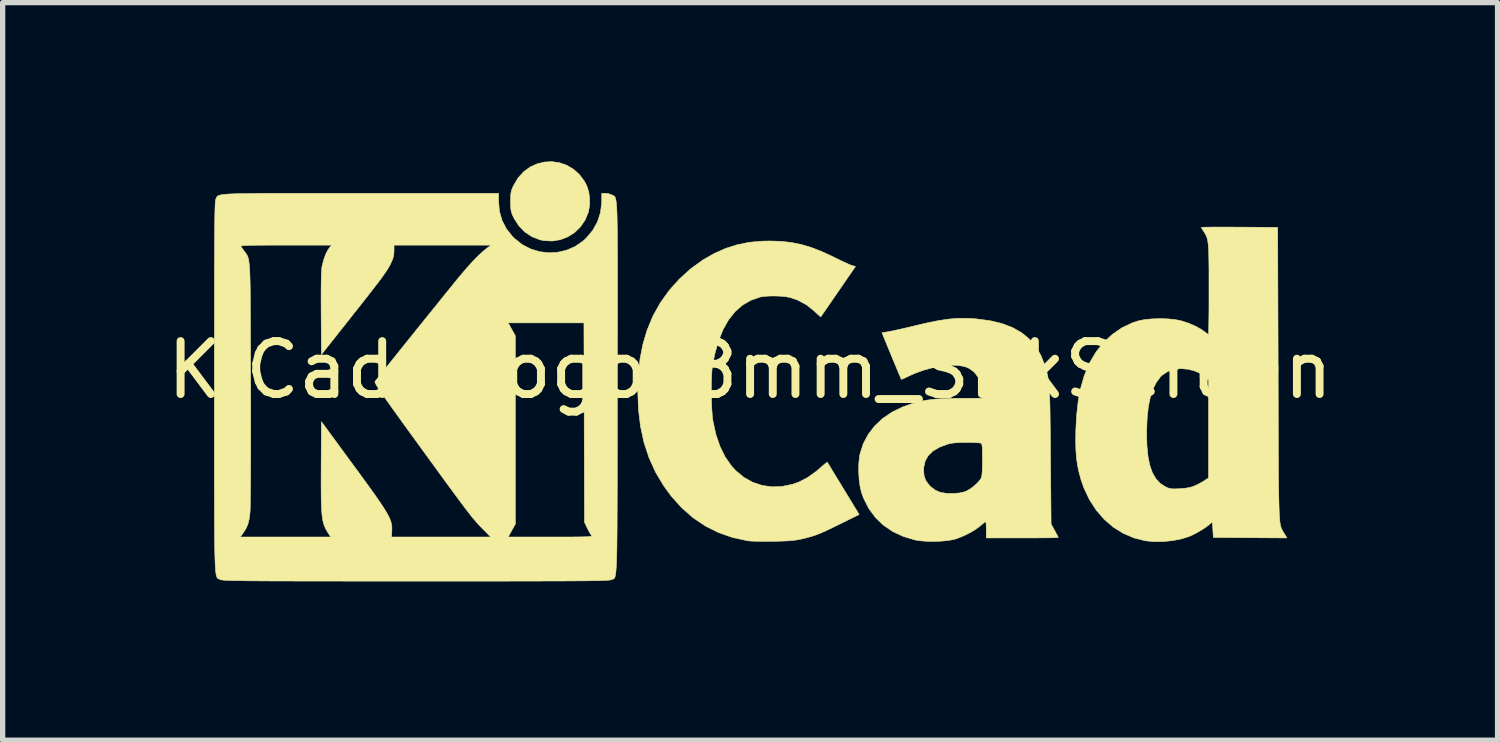
<source format=kicad_pcb>
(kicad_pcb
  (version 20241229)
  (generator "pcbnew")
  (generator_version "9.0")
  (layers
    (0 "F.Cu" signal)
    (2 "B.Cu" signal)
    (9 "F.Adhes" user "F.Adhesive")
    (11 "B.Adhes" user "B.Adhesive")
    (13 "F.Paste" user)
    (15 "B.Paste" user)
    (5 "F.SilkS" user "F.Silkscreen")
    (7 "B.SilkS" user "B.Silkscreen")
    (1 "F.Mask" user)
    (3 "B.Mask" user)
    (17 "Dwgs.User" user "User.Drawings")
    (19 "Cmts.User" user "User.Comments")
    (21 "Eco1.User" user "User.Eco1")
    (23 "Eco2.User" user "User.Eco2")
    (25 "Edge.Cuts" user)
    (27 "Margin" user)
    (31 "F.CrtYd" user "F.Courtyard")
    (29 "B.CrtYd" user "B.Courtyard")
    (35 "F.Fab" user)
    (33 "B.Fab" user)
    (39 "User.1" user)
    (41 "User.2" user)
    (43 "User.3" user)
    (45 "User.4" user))
  (footprint "KiCad-Logo_8mm_SilkScreen"
    (layer "F.Cu")
    (at 11.125 3.941)
    (property "Reference" "KiCad-Logo_8mm_SilkScreen" (at 0 0 0) (layer "F.SilkS") (effects (font (size 1 1) (thickness 0.15))))
    (attr exclude_from_pos_files exclude_from_bom)
    (fp_poly (pts (xy -3.602 -3.916) (xy -3.466 -3.869) (xy -3.339 -3.794) (xy -3.226 -3.693) (xy -3.13 -3.564) (xy -3.087 -3.483) (xy -3.05 -3.37) (xy -3.032 -3.239) (xy -3.034 -3.105) (xy -3.056 -2.983) (xy -3.117 -2.834) (xy -3.205 -2.705) (xy -3.315 -2.598) (xy -3.444 -2.516) (xy -3.587 -2.461) (xy -3.739 -2.436) (xy -3.896 -2.444) (xy -3.973 -2.46) (xy -4.124 -2.519) (xy -4.258 -2.608) (xy -4.372 -2.726) (xy -4.463 -2.869) (xy -4.47 -2.885) (xy -4.497 -2.943) (xy -4.513 -2.993) (xy -4.522 -3.045) (xy -4.526 -3.111) (xy -4.527 -3.184) (xy -4.526 -3.271) (xy -4.521 -3.334) (xy -4.511 -3.385) (xy -4.492 -3.436) (xy -4.469 -3.487) (xy -4.384 -3.63) (xy -4.279 -3.745) (xy -4.158 -3.834) (xy -4.026 -3.895) (xy -3.886 -3.929) (xy -3.744 -3.936) (xy -3.602 -3.916)) (stroke (width 0.01) (type solid)) (fill yes) (layer "F.SilkS"))
    (fp_poly (pts (xy 0.581 -2.431) (xy 0.777 -2.409) (xy 0.967 -2.371) (xy 1.158 -2.314) (xy 1.358 -2.236) (xy 1.576 -2.135) (xy 1.615 -2.115) (xy 1.705 -2.071) (xy 1.79 -2.031) (xy 1.861 -1.999) (xy 1.91 -1.979) (xy 1.918 -1.977) (xy 1.991 -1.955) (xy 1.665 -1.481) (xy 1.585 -1.365) (xy 1.512 -1.259) (xy 1.449 -1.167) (xy 1.397 -1.092) (xy 1.359 -1.038) (xy 1.339 -1.008) (xy 1.335 -1.003) (xy 1.322 -1.013) (xy 1.288 -1.043) (xy 1.24 -1.087) (xy 1.214 -1.112) (xy 1.065 -1.231) (xy 0.897 -1.321) (xy 0.753 -1.37) (xy 0.666 -1.386) (xy 0.558 -1.395) (xy 0.44 -1.398) (xy 0.326 -1.395) (xy 0.229 -1.385) (xy 0.19 -1.378) (xy 0.015 -1.317) (xy -0.143 -1.225) (xy -0.284 -1.102) (xy -0.407 -0.947) (xy -0.512 -0.76) (xy -0.599 -0.543) (xy -0.669 -0.294) (xy -0.71 -0.082) (xy -0.721 0.012) (xy -0.728 0.134) (xy -0.732 0.273) (xy -0.733 0.423) (xy -0.73 0.575) (xy -0.725 0.718) (xy -0.716 0.846) (xy -0.704 0.949) (xy -0.702 0.964) (xy -0.646 1.22) (xy -0.569 1.445) (xy -0.472 1.643) (xy -0.353 1.813) (xy -0.269 1.905) (xy -0.117 2.03) (xy 0.049 2.123) (xy 0.227 2.182) (xy 0.414 2.209) (xy 0.607 2.201) (xy 0.803 2.16) (xy 0.92 2.119) (xy 1.08 2.037) (xy 1.246 1.92) (xy 1.339 1.84) (xy 1.391 1.794) (xy 1.432 1.761) (xy 1.455 1.745) (xy 1.458 1.744) (xy 1.469 1.761) (xy 1.496 1.804) (xy 1.537 1.872) (xy 1.59 1.959) (xy 1.653 2.062) (xy 1.723 2.177) (xy 1.762 2.241) (xy 2.061 2.732) (xy 1.688 2.916) (xy 1.553 2.982) (xy 1.444 3.034) (xy 1.354 3.075) (xy 1.276 3.107) (xy 1.203 3.133) (xy 1.13 3.155) (xy 1.049 3.176) (xy 0.971 3.195) (xy 0.901 3.209) (xy 0.829 3.22) (xy 0.746 3.228) (xy 0.645 3.233) (xy 0.52 3.237) (xy 0.435 3.239) (xy 0.315 3.24) (xy 0.199 3.239) (xy 0.096 3.237) (xy 0.013 3.234) (xy -0.042 3.229) (xy -0.045 3.228) (xy -0.33 3.167) (xy -0.598 3.073) (xy -0.848 2.948) (xy -1.08 2.791) (xy -1.295 2.602) (xy -1.492 2.382) (xy -1.635 2.186) (xy -1.787 1.93) (xy -1.91 1.659) (xy -2.005 1.372) (xy -2.071 1.066) (xy -2.11 0.74) (xy -2.122 0.408) (xy -2.112 0.087) (xy -2.08 -0.209) (xy -2.026 -0.486) (xy -1.948 -0.747) (xy -1.845 -0.999) (xy -1.833 -1.025) (xy -1.697 -1.268) (xy -1.531 -1.5) (xy -1.338 -1.716) (xy -1.125 -1.91) (xy -0.894 -2.077) (xy -0.679 -2.2) (xy -0.462 -2.297) (xy -0.244 -2.366) (xy -0.018 -2.412) (xy 0.226 -2.434) (xy 0.372 -2.437) (xy 0.581 -2.431)) (stroke (width 0.01) (type solid)) (fill yes) (layer "F.SilkS"))
    (fp_poly (pts (xy 9.042 -2.7) (xy 9.196 -2.699) (xy 9.248 -2.699) (xy 9.97 -2.694) (xy 9.979 0.073) (xy 9.98 0.448) (xy 9.981 0.788) (xy 9.982 1.096) (xy 9.983 1.373) (xy 9.984 1.621) (xy 9.985 1.841) (xy 9.986 2.036) (xy 9.988 2.206) (xy 9.99 2.354) (xy 9.993 2.482) (xy 9.996 2.592) (xy 9.999 2.684) (xy 10.003 2.761) (xy 10.008 2.825) (xy 10.013 2.877) (xy 10.02 2.92) (xy 10.027 2.954) (xy 10.035 2.982) (xy 10.044 3.005) (xy 10.055 3.026) (xy 10.066 3.045) (xy 10.079 3.066) (xy 10.093 3.089) (xy 10.096 3.093) (xy 10.144 3.175) (xy 8.754 3.166) (xy 8.745 3.013) (xy 8.74 2.94) (xy 8.735 2.898) (xy 8.728 2.881) (xy 8.717 2.884) (xy 8.709 2.894) (xy 8.67 2.929) (xy 8.608 2.975) (xy 8.531 3.025) (xy 8.447 3.074) (xy 8.365 3.117) (xy 8.302 3.145) (xy 8.155 3.192) (xy 7.986 3.225) (xy 7.808 3.243) (xy 7.633 3.245) (xy 7.474 3.229) (xy 7.472 3.229) (xy 7.254 3.174) (xy 7.05 3.087) (xy 6.863 2.97) (xy 6.693 2.824) (xy 6.542 2.651) (xy 6.414 2.453) (xy 6.309 2.232) (xy 6.252 2.068) (xy 6.215 1.931) (xy 6.187 1.799) (xy 6.168 1.663) (xy 6.157 1.514) (xy 6.153 1.347) (xy 6.155 1.209) (xy 7.493 1.209) (xy 7.5 1.439) (xy 7.52 1.637) (xy 7.554 1.805) (xy 7.603 1.943) (xy 7.668 2.055) (xy 7.748 2.142) (xy 7.842 2.204) (xy 7.89 2.227) (xy 7.932 2.24) (xy 7.979 2.247) (xy 8.042 2.247) (xy 8.11 2.245) (xy 8.243 2.233) (xy 8.349 2.21) (xy 8.382 2.198) (xy 8.458 2.164) (xy 8.538 2.121) (xy 8.572 2.1) (xy 8.663 2.041) (xy 8.663 0.155) (xy 8.563 0.095) (xy 8.424 0.027) (xy 8.282 -0.013) (xy 8.142 -0.025) (xy 8.009 -0.011) (xy 7.889 0.031) (xy 7.787 0.099) (xy 7.754 0.131) (xy 7.675 0.239) (xy 7.61 0.368) (xy 7.561 0.523) (xy 7.525 0.704) (xy 7.503 0.915) (xy 7.494 1.157) (xy 7.493 1.209) (xy 6.155 1.209) (xy 6.155 1.152) (xy 6.171 0.854) (xy 6.201 0.584) (xy 6.248 0.34) (xy 6.312 0.118) (xy 6.394 -0.087) (xy 6.424 -0.148) (xy 6.542 -0.347) (xy 6.684 -0.523) (xy 6.848 -0.674) (xy 7.029 -0.798) (xy 7.225 -0.891) (xy 7.343 -0.929) (xy 7.458 -0.952) (xy 7.597 -0.965) (xy 7.748 -0.97) (xy 7.898 -0.965) (xy 8.038 -0.951) (xy 8.15 -0.928) (xy 8.283 -0.885) (xy 8.412 -0.829) (xy 8.525 -0.767) (xy 8.585 -0.725) (xy 8.627 -0.693) (xy 8.656 -0.674) (xy 8.662 -0.671) (xy 8.664 -0.689) (xy 8.666 -0.739) (xy 8.668 -0.819) (xy 8.669 -0.924) (xy 8.671 -1.051) (xy 8.672 -1.197) (xy 8.672 -1.357) (xy 8.672 -1.521) (xy 8.672 -1.731) (xy 8.672 -1.908) (xy 8.67 -2.055) (xy 8.668 -2.176) (xy 8.665 -2.274) (xy 8.659 -2.353) (xy 8.652 -2.416) (xy 8.643 -2.467) (xy 8.631 -2.508) (xy 8.616 -2.543) (xy 8.598 -2.576) (xy 8.577 -2.61) (xy 8.574 -2.614) (xy 8.546 -2.658) (xy 8.529 -2.688) (xy 8.527 -2.694) (xy 8.545 -2.696) (xy 8.595 -2.698) (xy 8.673 -2.699) (xy 8.776 -2.7) (xy 8.9 -2.7) (xy 9.042 -2.7)) (stroke (width 0.01) (type solid)) (fill yes) (layer "F.SilkS"))
    (fp_poly (pts (xy 4.186 -0.972) (xy 4.276 -0.965) (xy 4.533 -0.931) (xy 4.76 -0.877) (xy 4.96 -0.801) (xy 5.132 -0.703) (xy 5.278 -0.583) (xy 5.4 -0.44) (xy 5.497 -0.272) (xy 5.568 -0.091) (xy 5.586 -0.033) (xy 5.602 0.021) (xy 5.615 0.075) (xy 5.627 0.13) (xy 5.637 0.191) (xy 5.645 0.26) (xy 5.652 0.339) (xy 5.657 0.433) (xy 5.662 0.543) (xy 5.666 0.672) (xy 5.669 0.825) (xy 5.671 1.003) (xy 5.674 1.209) (xy 5.676 1.447) (xy 5.677 1.633) (xy 5.688 2.912) (xy 5.756 3.035) (xy 5.788 3.094) (xy 5.812 3.14) (xy 5.823 3.165) (xy 5.824 3.167) (xy 5.806 3.168) (xy 5.757 3.17) (xy 5.678 3.172) (xy 5.576 3.173) (xy 5.453 3.174) (xy 5.314 3.175) (xy 5.162 3.175) (xy 5.144 3.175) (xy 4.463 3.175) (xy 4.463 3.021) (xy 4.462 2.951) (xy 4.459 2.898) (xy 4.454 2.869) (xy 4.452 2.867) (xy 4.434 2.878) (xy 4.397 2.907) (xy 4.349 2.948) (xy 4.348 2.949) (xy 4.26 3.014) (xy 4.149 3.08) (xy 4.028 3.139) (xy 3.908 3.186) (xy 3.855 3.202) (xy 3.751 3.222) (xy 3.622 3.235) (xy 3.481 3.241) (xy 3.34 3.239) (xy 3.211 3.228) (xy 3.121 3.214) (xy 2.899 3.148) (xy 2.699 3.056) (xy 2.522 2.936) (xy 2.371 2.791) (xy 2.245 2.622) (xy 2.147 2.43) (xy 2.104 2.313) (xy 2.078 2.2) (xy 2.06 2.064) (xy 2.052 1.917) (xy 2.052 1.896) (xy 3.279 1.896) (xy 3.289 2.005) (xy 3.323 2.095) (xy 3.386 2.179) (xy 3.41 2.204) (xy 3.496 2.27) (xy 3.594 2.313) (xy 3.713 2.333) (xy 3.837 2.335) (xy 3.956 2.325) (xy 4.046 2.305) (xy 4.086 2.29) (xy 4.156 2.25) (xy 4.232 2.194) (xy 4.3 2.131) (xy 4.351 2.07) (xy 4.365 2.047) (xy 4.375 2.016) (xy 4.383 1.967) (xy 4.388 1.894) (xy 4.39 1.793) (xy 4.391 1.697) (xy 4.39 1.585) (xy 4.389 1.504) (xy 4.386 1.449) (xy 4.381 1.414) (xy 4.373 1.394) (xy 4.362 1.384) (xy 4.359 1.383) (xy 4.33 1.378) (xy 4.272 1.374) (xy 4.193 1.371) (xy 4.102 1.37) (xy 4.082 1.37) (xy 3.96 1.372) (xy 3.866 1.378) (xy 3.791 1.388) (xy 3.729 1.404) (xy 3.575 1.462) (xy 3.455 1.533) (xy 3.367 1.619) (xy 3.309 1.721) (xy 3.282 1.839) (xy 3.279 1.896) (xy 2.052 1.896) (xy 2.054 1.774) (xy 2.066 1.645) (xy 2.076 1.592) (xy 2.137 1.399) (xy 2.23 1.221) (xy 2.353 1.06) (xy 2.504 0.918) (xy 2.682 0.797) (xy 2.885 0.698) (xy 3.057 0.638) (xy 3.172 0.606) (xy 3.282 0.581) (xy 3.395 0.563) (xy 3.516 0.55) (xy 3.654 0.542) (xy 3.816 0.538) (xy 3.962 0.536) (xy 4.395 0.535) (xy 4.386 0.405) (xy 4.363 0.264) (xy 4.313 0.143) (xy 4.238 0.044) (xy 4.141 -0.029) (xy 4.056 -0.064) (xy 3.934 -0.086) (xy 3.789 -0.09) (xy 3.627 -0.075) (xy 3.455 -0.043) (xy 3.281 0.004) (xy 3.111 0.065) (xy 2.987 0.121) (xy 2.928 0.15) (xy 2.882 0.17) (xy 2.859 0.178) (xy 2.858 0.178) (xy 2.85 0.16) (xy 2.83 0.114) (xy 2.8 0.042) (xy 2.762 -0.049) (xy 2.717 -0.156) (xy 2.672 -0.265) (xy 2.492 -0.703) (xy 2.62 -0.724) (xy 2.676 -0.735) (xy 2.76 -0.753) (xy 2.864 -0.776) (xy 2.982 -0.803) (xy 3.107 -0.833) (xy 3.157 -0.845) (xy 3.372 -0.895) (xy 3.56 -0.932) (xy 3.728 -0.958) (xy 3.884 -0.973) (xy 4.034 -0.977) (xy 4.186 -0.972)) (stroke (width 0.01) (type solid)) (fill yes) (layer "F.SilkS"))
    (fp_poly (pts (xy -7.87 -3.338) (xy -7.521 -3.338) (xy -7.358 -3.338) (xy -4.753 -3.338) (xy -4.753 -3.185) (xy -4.737 -2.998) (xy -4.688 -2.826) (xy -4.605 -2.667) (xy -4.488 -2.52) (xy -4.448 -2.481) (xy -4.306 -2.369) (xy -4.149 -2.287) (xy -3.982 -2.236) (xy -3.81 -2.214) (xy -3.637 -2.224) (xy -3.468 -2.263) (xy -3.308 -2.332) (xy -3.162 -2.432) (xy -3.096 -2.492) (xy -2.973 -2.639) (xy -2.883 -2.801) (xy -2.827 -2.976) (xy -2.805 -3.161) (xy -2.804 -3.18) (xy -2.803 -3.338) (xy -2.733 -3.338) (xy -2.671 -3.33) (xy -2.615 -3.309) (xy -2.611 -3.307) (xy -2.598 -3.301) (xy -2.587 -3.296) (xy -2.576 -3.29) (xy -2.566 -3.284) (xy -2.557 -3.274) (xy -2.549 -3.26) (xy -2.542 -3.239) (xy -2.536 -3.211) (xy -2.53 -3.174) (xy -2.525 -3.127) (xy -2.521 -3.067) (xy -2.517 -2.994) (xy -2.514 -2.906) (xy -2.512 -2.801) (xy -2.51 -2.678) (xy -2.508 -2.535) (xy -2.507 -2.372) (xy -2.506 -2.186) (xy -2.506 -1.976) (xy -2.506 -1.74) (xy -2.506 -1.477) (xy -2.506 -1.185) (xy -2.506 -0.864) (xy -2.507 -0.511) (xy -2.507 -0.124) (xy -2.508 0.297) (xy -2.508 0.348) (xy -2.509 0.771) (xy -2.509 1.16) (xy -2.509 1.516) (xy -2.51 1.839) (xy -2.51 2.133) (xy -2.511 2.398) (xy -2.512 2.635) (xy -2.513 2.847) (xy -2.514 3.034) (xy -2.516 3.199) (xy -2.517 3.342) (xy -2.52 3.466) (xy -2.523 3.571) (xy -2.526 3.66) (xy -2.53 3.733) (xy -2.534 3.793) (xy -2.539 3.84) (xy -2.545 3.877) (xy -2.551 3.904) (xy -2.558 3.924) (xy -2.566 3.937) (xy -2.575 3.946) (xy -2.585 3.951) (xy -2.596 3.955) (xy -2.608 3.958) (xy -2.621 3.963) (xy -2.624 3.964) (xy -2.634 3.967) (xy -2.651 3.97) (xy -2.676 3.973) (xy -2.71 3.976) (xy -2.756 3.978) (xy -2.814 3.98) (xy -2.886 3.982) (xy -2.973 3.983) (xy -3.078 3.985) (xy -3.201 3.986) (xy -3.343 3.987) (xy -3.507 3.988) (xy -3.694 3.989) (xy -3.905 3.989) (xy -4.141 3.99) (xy -4.405 3.99) (xy -4.697 3.991) (xy -5.019 3.991) (xy -5.373 3.991) (xy -5.759 3.991) (xy -6.18 3.991) (xy -6.316 3.991) (xy -6.747 3.991) (xy -7.142 3.991) (xy -7.504 3.991) (xy -7.835 3.99) (xy -8.134 3.99) (xy -8.405 3.99) (xy -8.649 3.989) (xy -8.866 3.989) (xy -9.059 3.988) (xy -9.229 3.987) (xy -9.378 3.986) (xy -9.506 3.985) (xy -9.616 3.983) (xy -9.709 3.982) (xy -9.786 3.98) (xy -9.848 3.978) (xy -9.899 3.976) (xy -9.937 3.974) (xy -9.967 3.971) (xy -9.987 3.968) (xy -10.001 3.965) (xy -10.009 3.962) (xy -10.023 3.956) (xy -10.035 3.952) (xy -10.046 3.948) (xy -10.057 3.942) (xy -10.066 3.934) (xy -10.075 3.92) (xy -10.082 3.901) (xy -10.089 3.874) (xy -10.095 3.839) (xy -10.101 3.793) (xy -10.105 3.734) (xy -10.109 3.663) (xy -10.112 3.576) (xy -10.115 3.473) (xy -10.118 3.352) (xy -10.119 3.211) (xy -10.12 3.157) (xy -9.636 3.157) (xy -7.924 3.157) (xy -7.957 3.107) (xy -7.99 3.056) (xy -8.018 3.007) (xy -8.041 2.957) (xy -8.06 2.903) (xy -8.075 2.841) (xy -8.086 2.768) (xy -8.095 2.68) (xy -8.101 2.574) (xy -8.105 2.447) (xy -8.106 2.294) (xy -8.107 2.114) (xy -8.106 1.902) (xy -8.106 1.823) (xy -8.101 0.978) (xy -7.566 1.707) (xy -7.414 1.913) (xy -7.283 2.093) (xy -7.17 2.249) (xy -7.075 2.383) (xy -6.996 2.497) (xy -6.931 2.594) (xy -6.88 2.676) (xy -6.84 2.746) (xy -6.811 2.806) (xy -6.791 2.858) (xy -6.778 2.905) (xy -6.771 2.949) (xy -6.769 2.992) (xy -6.77 3.038) (xy -6.77 3.043) (xy -6.776 3.157) (xy -4.901 3.157) (xy -5.04 3.016) (xy -5.078 2.978) (xy -5.114 2.94) (xy -5.15 2.902) (xy -5.186 2.86) (xy -5.226 2.814) (xy -5.27 2.76) (xy -5.32 2.696) (xy -5.377 2.622) (xy -5.443 2.534) (xy -5.521 2.43) (xy -5.61 2.309) (xy -5.713 2.169) (xy -5.832 2.006) (xy -5.967 1.82) (xy -6.121 1.609) (xy -6.247 1.435) (xy -6.406 1.217) (xy -6.544 1.026) (xy -6.663 0.86) (xy -6.765 0.719) (xy -6.85 0.599) (xy -6.92 0.5) (xy -6.976 0.419) (xy -7.019 0.355) (xy -7.051 0.305) (xy -7.072 0.269) (xy -7.085 0.243) (xy -7.09 0.227) (xy -7.088 0.218) (xy -7.071 0.196) (xy -7.032 0.148) (xy -6.976 0.077) (xy -6.904 -0.013) (xy -6.818 -0.12) (xy -6.721 -0.241) (xy -6.615 -0.373) (xy -6.502 -0.514) (xy -6.385 -0.659) (xy -6.266 -0.808) (xy -6.2 -0.889) (xy -4.571 -0.889) (xy -4.504 -0.767) (xy -4.436 -0.644) (xy -4.436 2.912) (xy -4.504 3.034) (xy -4.571 3.157) (xy -3.771 3.157) (xy -3.579 3.157) (xy -3.422 3.157) (xy -3.294 3.156) (xy -3.193 3.155) (xy -3.117 3.153) (xy -3.062 3.151) (xy -3.025 3.148) (xy -3.004 3.144) (xy -2.994 3.139) (xy -2.993 3.132) (xy -2.999 3.125) (xy -2.999 3.125) (xy -3.022 3.092) (xy -3.052 3.038) (xy -3.079 2.984) (xy -3.13 2.876) (xy -3.135 0.993) (xy -3.14 -0.889) (xy -4.571 -0.889) (xy -6.2 -0.889) (xy -6.147 -0.955) (xy -6.03 -1.1) (xy -5.918 -1.238) (xy -5.814 -1.368) (xy -5.719 -1.486) (xy -5.635 -1.589) (xy -5.566 -1.675) (xy -5.512 -1.74) (xy -5.481 -1.778) (xy -5.36 -1.92) (xy -5.244 -2.049) (xy -5.136 -2.159) (xy -5.04 -2.247) (xy -4.973 -2.301) (xy -4.893 -2.359) (xy -6.729 -2.359) (xy -6.729 -2.251) (xy -6.734 -2.172) (xy -6.753 -2.098) (xy -6.783 -2.029) (xy -6.802 -1.989) (xy -6.823 -1.95) (xy -6.847 -1.909) (xy -6.877 -1.863) (xy -6.914 -1.81) (xy -6.959 -1.746) (xy -7.016 -1.67) (xy -7.086 -1.579) (xy -7.17 -1.47) (xy -7.271 -1.341) (xy -7.391 -1.189) (xy -7.532 -1.011) (xy -7.547 -0.991) (xy -8.101 -0.291) (xy -8.106 -1.066) (xy -8.107 -1.299) (xy -8.107 -1.495) (xy -8.105 -1.657) (xy -8.103 -1.784) (xy -8.098 -1.878) (xy -8.093 -1.938) (xy -8.091 -1.95) (xy -8.061 -2.071) (xy -8.023 -2.18) (xy -7.979 -2.267) (xy -7.953 -2.304) (xy -7.907 -2.359) (xy -8.772 -2.359) (xy -8.978 -2.358) (xy -9.15 -2.358) (xy -9.291 -2.357) (xy -9.404 -2.355) (xy -9.49 -2.353) (xy -9.553 -2.35) (xy -9.594 -2.347) (xy -9.616 -2.342) (xy -9.623 -2.337) (xy -9.622 -2.336) (xy -9.604 -2.308) (xy -9.573 -2.264) (xy -9.558 -2.242) (xy -9.541 -2.22) (xy -9.526 -2.2) (xy -9.513 -2.181) (xy -9.502 -2.16) (xy -9.491 -2.135) (xy -9.482 -2.106) (xy -9.475 -2.068) (xy -9.468 -2.022) (xy -9.462 -1.964) (xy -9.457 -1.893) (xy -9.453 -1.806) (xy -9.45 -1.703) (xy -9.447 -1.58) (xy -9.445 -1.436) (xy -9.444 -1.27) (xy -9.443 -1.078) (xy -9.442 -0.86) (xy -9.441 -0.613) (xy -9.44 -0.335) (xy -9.439 -0.024) (xy -9.439 0.261) (xy -9.438 0.579) (xy -9.438 0.883) (xy -9.437 1.17) (xy -9.438 1.439) (xy -9.438 1.687) (xy -9.439 1.913) (xy -9.44 2.114) (xy -9.442 2.289) (xy -9.443 2.436) (xy -9.445 2.553) (xy -9.447 2.638) (xy -9.45 2.689) (xy -9.45 2.694) (xy -9.466 2.818) (xy -9.491 2.917) (xy -9.529 3.003) (xy -9.585 3.089) (xy -9.591 3.098) (xy -9.636 3.157) (xy -10.12 3.157) (xy -10.121 3.049) (xy -10.122 2.865) (xy -10.123 2.657) (xy -10.123 2.423) (xy -10.124 2.162) (xy -10.124 1.873) (xy -10.124 1.554) (xy -10.124 1.203) (xy -10.124 0.82) (xy -10.124 0.401) (xy -10.124 0.318) (xy -10.124 -0.104) (xy -10.124 -0.492) (xy -10.123 -0.847) (xy -10.123 -1.169) (xy -10.123 -1.462) (xy -10.123 -1.725) (xy -10.122 -1.961) (xy -10.121 -2.172) (xy -10.121 -2.357) (xy -10.12 -2.521) (xy -10.119 -2.662) (xy -10.117 -2.784) (xy -10.116 -2.887) (xy -10.114 -2.974) (xy -10.112 -3.045) (xy -10.11 -3.102) (xy -10.108 -3.146) (xy -10.105 -3.18) (xy -10.103 -3.204) (xy -10.1 -3.22) (xy -10.096 -3.23) (xy -10.096 -3.23) (xy -10.089 -3.245) (xy -10.084 -3.258) (xy -10.077 -3.27) (xy -10.069 -3.281) (xy -10.056 -3.29) (xy -10.037 -3.299) (xy -10.011 -3.306) (xy -9.976 -3.313) (xy -9.929 -3.318) (xy -9.87 -3.323) (xy -9.796 -3.327) (xy -9.705 -3.33) (xy -9.597 -3.332) (xy -9.469 -3.334) (xy -9.319 -3.336) (xy -9.146 -3.337) (xy -8.948 -3.338) (xy -8.723 -3.338) (xy -8.47 -3.338) (xy -8.186 -3.338) (xy -7.87 -3.338)) (stroke (width 0.01) (type solid)) (fill yes) (layer "F.SilkS")))
  (gr_rect
    (start -3 -3)
    (end 25.25 10.937)
    (stroke (width 0.1) (type default))
    (fill no)
    (layer "Edge.Cuts")))
</source>
